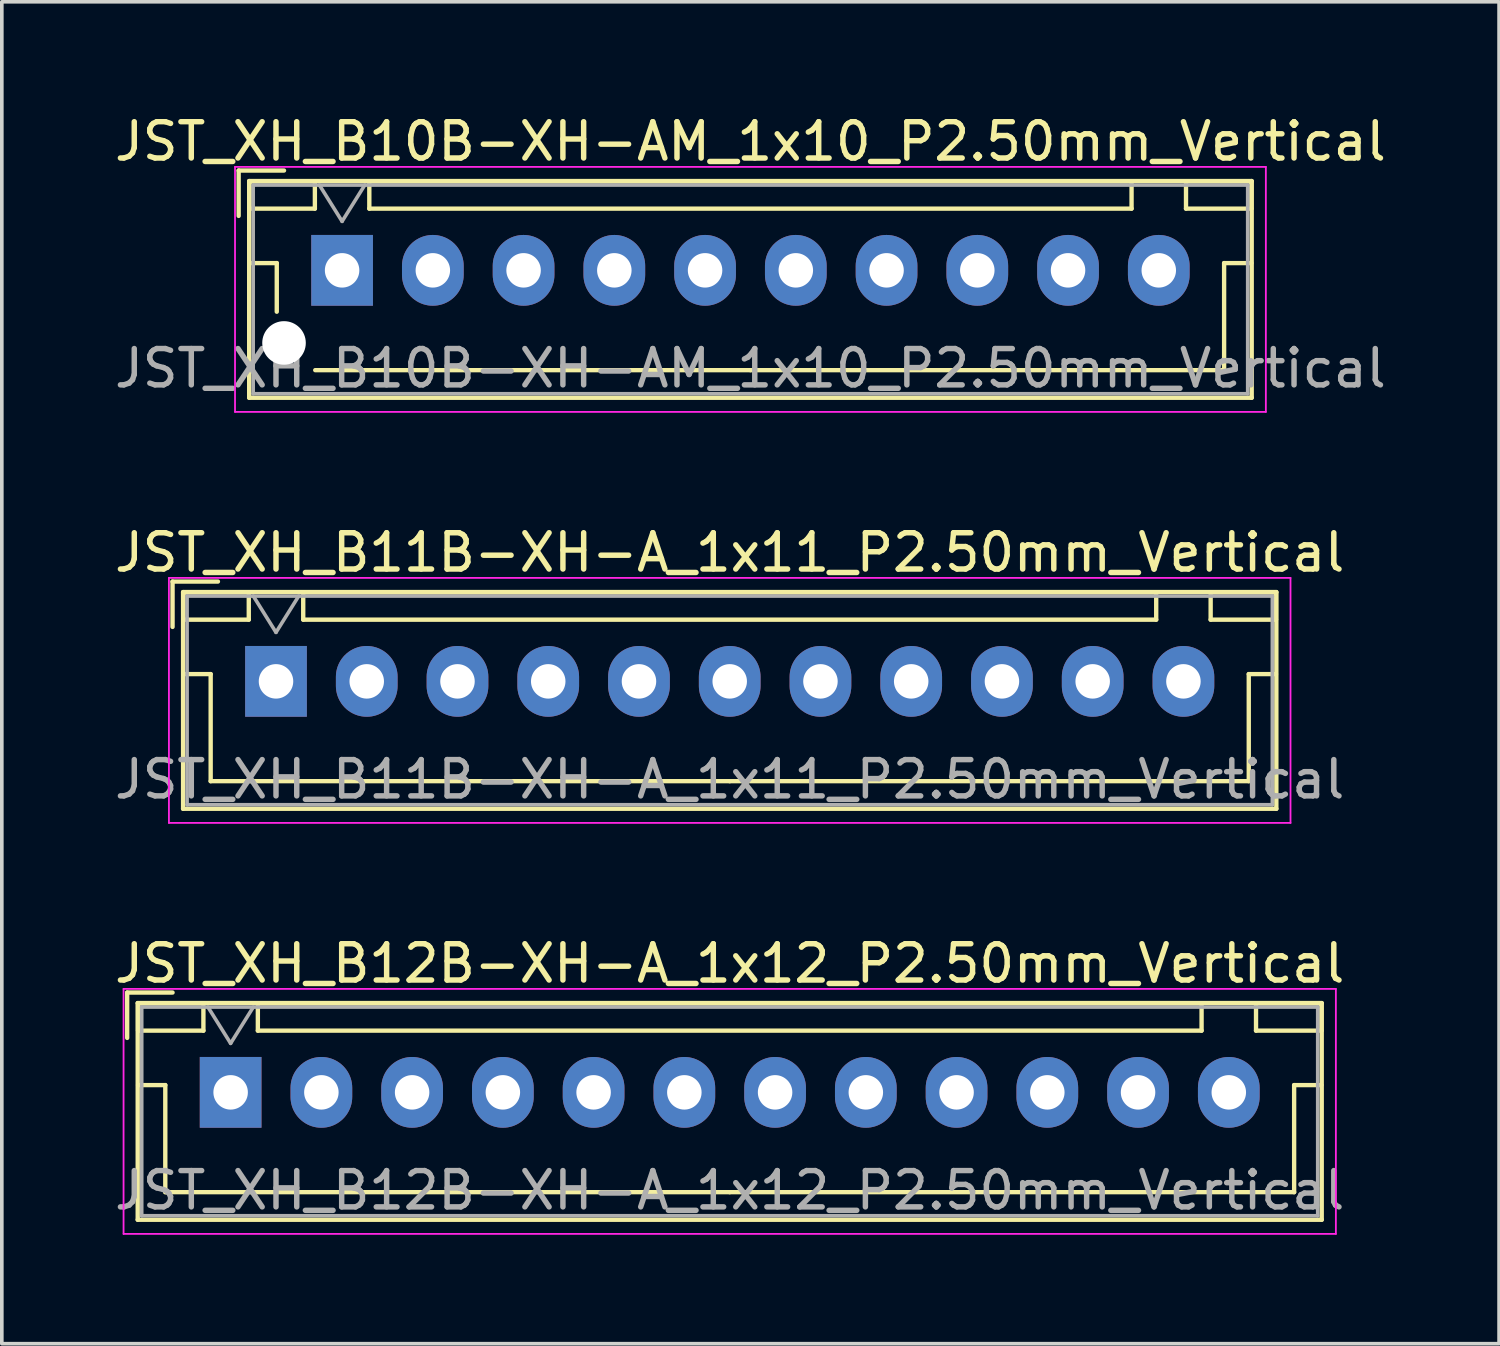
<source format=kicad_pcb>
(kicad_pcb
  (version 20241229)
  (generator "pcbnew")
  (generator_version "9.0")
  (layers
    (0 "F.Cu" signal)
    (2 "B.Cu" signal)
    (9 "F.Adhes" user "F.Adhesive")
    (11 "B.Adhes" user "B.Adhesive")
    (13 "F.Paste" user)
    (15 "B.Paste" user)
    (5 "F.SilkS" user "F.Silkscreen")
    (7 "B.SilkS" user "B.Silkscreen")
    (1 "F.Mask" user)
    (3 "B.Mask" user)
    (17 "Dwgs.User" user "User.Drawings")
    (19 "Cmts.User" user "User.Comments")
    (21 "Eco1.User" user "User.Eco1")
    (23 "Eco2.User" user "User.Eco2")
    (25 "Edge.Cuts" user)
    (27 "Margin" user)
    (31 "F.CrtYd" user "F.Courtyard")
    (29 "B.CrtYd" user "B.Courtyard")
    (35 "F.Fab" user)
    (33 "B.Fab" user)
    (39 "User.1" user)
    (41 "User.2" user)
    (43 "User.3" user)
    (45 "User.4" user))
  (footprint "JST_XH_B10B-XH-AM_1x10_P2.50mm_Vertical"
    (layer "F.Cu")
    (at 6.375 4.398)
    (property "Reference" "JST_XH_B10B-XH-AM_1x10_P2.50mm_Vertical" (at 11.25 -3.55 0) (layer "F.SilkS") (effects (font (size 1 1) (thickness 0.15))))
    (attr through_hole)
    (fp_line (start -2.85 -2.75) (end -2.85 -1.5) (stroke (width 0.12) (type solid)) (layer "F.SilkS"))
    (fp_line (start -2.56 -2.46) (end -2.56 3.51) (stroke (width 0.12) (type solid)) (layer "F.SilkS"))
    (fp_line (start -2.56 3.51) (end 25.06 3.51) (stroke (width 0.12) (type solid)) (layer "F.SilkS"))
    (fp_line (start -2.55 -2.45) (end -2.55 -1.7) (stroke (width 0.12) (type solid)) (layer "F.SilkS"))
    (fp_line (start -2.55 -1.7) (end -0.75 -1.7) (stroke (width 0.12) (type solid)) (layer "F.SilkS"))
    (fp_line (start -2.55 -0.2) (end -1.8 -0.2) (stroke (width 0.12) (type solid)) (layer "F.SilkS"))
    (fp_line (start -1.8 -0.2) (end -1.8 1.14) (stroke (width 0.12) (type solid)) (layer "F.SilkS"))
    (fp_line (start -1.6 -2.75) (end -2.85 -2.75) (stroke (width 0.12) (type solid)) (layer "F.SilkS"))
    (fp_line (start -0.75 -2.45) (end -2.55 -2.45) (stroke (width 0.12) (type solid)) (layer "F.SilkS"))
    (fp_line (start -0.75 -1.7) (end -0.75 -2.45) (stroke (width 0.12) (type solid)) (layer "F.SilkS"))
    (fp_line (start 0.75 -2.45) (end 0.75 -1.7) (stroke (width 0.12) (type solid)) (layer "F.SilkS"))
    (fp_line (start 0.75 -1.7) (end 21.75 -1.7) (stroke (width 0.12) (type solid)) (layer "F.SilkS"))
    (fp_line (start 11.25 2.75) (end -0.74 2.75) (stroke (width 0.12) (type solid)) (layer "F.SilkS"))
    (fp_line (start 21.75 -2.45) (end 0.75 -2.45) (stroke (width 0.12) (type solid)) (layer "F.SilkS"))
    (fp_line (start 21.75 -1.7) (end 21.75 -2.45) (stroke (width 0.12) (type solid)) (layer "F.SilkS"))
    (fp_line (start 23.25 -2.45) (end 23.25 -1.7) (stroke (width 0.12) (type solid)) (layer "F.SilkS"))
    (fp_line (start 23.25 -1.7) (end 25.05 -1.7) (stroke (width 0.12) (type solid)) (layer "F.SilkS"))
    (fp_line (start 24.3 -0.2) (end 24.3 2.75) (stroke (width 0.12) (type solid)) (layer "F.SilkS"))
    (fp_line (start 24.3 2.75) (end 11.25 2.75) (stroke (width 0.12) (type solid)) (layer "F.SilkS"))
    (fp_line (start 25.05 -2.45) (end 23.25 -2.45) (stroke (width 0.12) (type solid)) (layer "F.SilkS"))
    (fp_line (start 25.05 -1.7) (end 25.05 -2.45) (stroke (width 0.12) (type solid)) (layer "F.SilkS"))
    (fp_line (start 25.05 -0.2) (end 24.3 -0.2) (stroke (width 0.12) (type solid)) (layer "F.SilkS"))
    (fp_line (start 25.06 -2.46) (end -2.56 -2.46) (stroke (width 0.12) (type solid)) (layer "F.SilkS"))
    (fp_line (start 25.06 3.51) (end 25.06 -2.46) (stroke (width 0.12) (type solid)) (layer "F.SilkS"))
    (fp_line (start -2.95 -2.85) (end -2.95 3.9) (stroke (width 0.05) (type solid)) (layer "F.CrtYd"))
    (fp_line (start -2.95 3.9) (end 25.45 3.9) (stroke (width 0.05) (type solid)) (layer "F.CrtYd"))
    (fp_line (start 25.45 -2.85) (end -2.95 -2.85) (stroke (width 0.05) (type solid)) (layer "F.CrtYd"))
    (fp_line (start 25.45 3.9) (end 25.45 -2.85) (stroke (width 0.05) (type solid)) (layer "F.CrtYd"))
    (fp_line (start -2.45 -2.35) (end -2.45 3.4) (stroke (width 0.1) (type solid)) (layer "F.Fab"))
    (fp_line (start -2.45 3.4) (end 24.95 3.4) (stroke (width 0.1) (type solid)) (layer "F.Fab"))
    (fp_line (start -0.625 -2.35) (end 0 -1.35) (stroke (width 0.1) (type solid)) (layer "F.Fab"))
    (fp_line (start 0 -1.35) (end 0.625 -2.35) (stroke (width 0.1) (type solid)) (layer "F.Fab"))
    (fp_line (start 24.95 -2.35) (end -2.45 -2.35) (stroke (width 0.1) (type solid)) (layer "F.Fab"))
    (fp_line (start 24.95 3.4) (end 24.95 -2.35) (stroke (width 0.1) (type solid)) (layer "F.Fab"))
    (fp_text user "${REFERENCE}" (at 11.25 2.7 0) (layer "F.Fab") (effects (font (size 1 1) (thickness 0.15))))
    (pad "" np_thru_hole circle (at -1.6 2) (size 1.2 1.2) (drill 1.2) (layers "*.Cu" "*.Mask"))
    (pad "1" thru_hole rect (at 0 0) (size 1.7 1.95) (drill 0.95) (layers "*.Cu" "*.Mask"))
    (pad "2" thru_hole oval (at 2.5 0) (size 1.7 1.95) (drill 0.95) (layers "*.Cu" "*.Mask"))
    (pad "3" thru_hole oval (at 5 0) (size 1.7 1.95) (drill 0.95) (layers "*.Cu" "*.Mask"))
    (pad "4" thru_hole oval (at 7.5 0) (size 1.7 1.95) (drill 0.95) (layers "*.Cu" "*.Mask"))
    (pad "5" thru_hole oval (at 10 0) (size 1.7 1.95) (drill 0.95) (layers "*.Cu" "*.Mask"))
    (pad "6" thru_hole oval (at 12.5 0) (size 1.7 1.95) (drill 0.95) (layers "*.Cu" "*.Mask"))
    (pad "7" thru_hole oval (at 15 0) (size 1.7 1.95) (drill 0.95) (layers "*.Cu" "*.Mask"))
    (pad "8" thru_hole oval (at 17.5 0) (size 1.7 1.95) (drill 0.95) (layers "*.Cu" "*.Mask"))
    (pad "9" thru_hole oval (at 20 0) (size 1.7 1.95) (drill 0.95) (layers "*.Cu" "*.Mask"))
    (pad "10" thru_hole oval (at 22.5 0) (size 1.7 1.95) (drill 0.95) (layers "*.Cu" "*.Mask")))
  (footprint "JST_XH_B11B-XH-A_1x11_P2.50mm_Vertical"
    (layer "F.Cu")
    (at 4.554 15.722)
    (property "Reference" "JST_XH_B11B-XH-A_1x11_P2.50mm_Vertical" (at 12.5 -3.55 0) (layer "F.SilkS") (effects (font (size 1 1) (thickness 0.15))))
    (attr through_hole)
    (fp_line (start -2.85 -2.75) (end -2.85 -1.5) (stroke (width 0.12) (type solid)) (layer "F.SilkS"))
    (fp_line (start -2.56 -2.46) (end -2.56 3.51) (stroke (width 0.12) (type solid)) (layer "F.SilkS"))
    (fp_line (start -2.56 3.51) (end 27.56 3.51) (stroke (width 0.12) (type solid)) (layer "F.SilkS"))
    (fp_line (start -2.55 -2.45) (end -2.55 -1.7) (stroke (width 0.12) (type solid)) (layer "F.SilkS"))
    (fp_line (start -2.55 -1.7) (end -0.75 -1.7) (stroke (width 0.12) (type solid)) (layer "F.SilkS"))
    (fp_line (start -2.55 -0.2) (end -1.8 -0.2) (stroke (width 0.12) (type solid)) (layer "F.SilkS"))
    (fp_line (start -1.8 -0.2) (end -1.8 2.75) (stroke (width 0.12) (type solid)) (layer "F.SilkS"))
    (fp_line (start -1.8 2.75) (end 12.5 2.75) (stroke (width 0.12) (type solid)) (layer "F.SilkS"))
    (fp_line (start -1.6 -2.75) (end -2.85 -2.75) (stroke (width 0.12) (type solid)) (layer "F.SilkS"))
    (fp_line (start -0.75 -2.45) (end -2.55 -2.45) (stroke (width 0.12) (type solid)) (layer "F.SilkS"))
    (fp_line (start -0.75 -1.7) (end -0.75 -2.45) (stroke (width 0.12) (type solid)) (layer "F.SilkS"))
    (fp_line (start 0.75 -2.45) (end 0.75 -1.7) (stroke (width 0.12) (type solid)) (layer "F.SilkS"))
    (fp_line (start 0.75 -1.7) (end 24.25 -1.7) (stroke (width 0.12) (type solid)) (layer "F.SilkS"))
    (fp_line (start 24.25 -2.45) (end 0.75 -2.45) (stroke (width 0.12) (type solid)) (layer "F.SilkS"))
    (fp_line (start 24.25 -1.7) (end 24.25 -2.45) (stroke (width 0.12) (type solid)) (layer "F.SilkS"))
    (fp_line (start 25.75 -2.45) (end 25.75 -1.7) (stroke (width 0.12) (type solid)) (layer "F.SilkS"))
    (fp_line (start 25.75 -1.7) (end 27.55 -1.7) (stroke (width 0.12) (type solid)) (layer "F.SilkS"))
    (fp_line (start 26.8 -0.2) (end 26.8 2.75) (stroke (width 0.12) (type solid)) (layer "F.SilkS"))
    (fp_line (start 26.8 2.75) (end 12.5 2.75) (stroke (width 0.12) (type solid)) (layer "F.SilkS"))
    (fp_line (start 27.55 -2.45) (end 25.75 -2.45) (stroke (width 0.12) (type solid)) (layer "F.SilkS"))
    (fp_line (start 27.55 -1.7) (end 27.55 -2.45) (stroke (width 0.12) (type solid)) (layer "F.SilkS"))
    (fp_line (start 27.55 -0.2) (end 26.8 -0.2) (stroke (width 0.12) (type solid)) (layer "F.SilkS"))
    (fp_line (start 27.56 -2.46) (end -2.56 -2.46) (stroke (width 0.12) (type solid)) (layer "F.SilkS"))
    (fp_line (start 27.56 3.51) (end 27.56 -2.46) (stroke (width 0.12) (type solid)) (layer "F.SilkS"))
    (fp_line (start -2.95 -2.85) (end -2.95 3.9) (stroke (width 0.05) (type solid)) (layer "F.CrtYd"))
    (fp_line (start -2.95 3.9) (end 27.95 3.9) (stroke (width 0.05) (type solid)) (layer "F.CrtYd"))
    (fp_line (start 27.95 -2.85) (end -2.95 -2.85) (stroke (width 0.05) (type solid)) (layer "F.CrtYd"))
    (fp_line (start 27.95 3.9) (end 27.95 -2.85) (stroke (width 0.05) (type solid)) (layer "F.CrtYd"))
    (fp_line (start -2.45 -2.35) (end -2.45 3.4) (stroke (width 0.1) (type solid)) (layer "F.Fab"))
    (fp_line (start -2.45 3.4) (end 27.45 3.4) (stroke (width 0.1) (type solid)) (layer "F.Fab"))
    (fp_line (start -0.625 -2.35) (end 0 -1.35) (stroke (width 0.1) (type solid)) (layer "F.Fab"))
    (fp_line (start 0 -1.35) (end 0.625 -2.35) (stroke (width 0.1) (type solid)) (layer "F.Fab"))
    (fp_line (start 27.45 -2.35) (end -2.45 -2.35) (stroke (width 0.1) (type solid)) (layer "F.Fab"))
    (fp_line (start 27.45 3.4) (end 27.45 -2.35) (stroke (width 0.1) (type solid)) (layer "F.Fab"))
    (fp_text user "${REFERENCE}" (at 12.5 2.7 0) (layer "F.Fab") (effects (font (size 1 1) (thickness 0.15))))
    (pad "1" thru_hole rect (at 0 0) (size 1.7 1.95) (drill 0.95) (layers "*.Cu" "*.Mask"))
    (pad "2" thru_hole oval (at 2.5 0) (size 1.7 1.95) (drill 0.95) (layers "*.Cu" "*.Mask"))
    (pad "3" thru_hole oval (at 5 0) (size 1.7 1.95) (drill 0.95) (layers "*.Cu" "*.Mask"))
    (pad "4" thru_hole oval (at 7.5 0) (size 1.7 1.95) (drill 0.95) (layers "*.Cu" "*.Mask"))
    (pad "5" thru_hole oval (at 10 0) (size 1.7 1.95) (drill 0.95) (layers "*.Cu" "*.Mask"))
    (pad "6" thru_hole oval (at 12.5 0) (size 1.7 1.95) (drill 0.95) (layers "*.Cu" "*.Mask"))
    (pad "7" thru_hole oval (at 15 0) (size 1.7 1.95) (drill 0.95) (layers "*.Cu" "*.Mask"))
    (pad "8" thru_hole oval (at 17.5 0) (size 1.7 1.95) (drill 0.95) (layers "*.Cu" "*.Mask"))
    (pad "9" thru_hole oval (at 20 0) (size 1.7 1.95) (drill 0.95) (layers "*.Cu" "*.Mask"))
    (pad "10" thru_hole oval (at 22.5 0) (size 1.7 1.95) (drill 0.95) (layers "*.Cu" "*.Mask"))
    (pad "11" thru_hole oval (at 25 0) (size 1.7 1.95) (drill 0.95) (layers "*.Cu" "*.Mask")))
  (footprint "JST_XH_B12B-XH-A_1x12_P2.50mm_Vertical"
    (layer "F.Cu")
    (at 3.304 27.045)
    (property "Reference" "JST_XH_B12B-XH-A_1x12_P2.50mm_Vertical" (at 13.75 -3.55 0) (layer "F.SilkS") (effects (font (size 1 1) (thickness 0.15))))
    (attr through_hole)
    (fp_line (start -2.85 -2.75) (end -2.85 -1.5) (stroke (width 0.12) (type solid)) (layer "F.SilkS"))
    (fp_line (start -2.56 -2.46) (end -2.56 3.51) (stroke (width 0.12) (type solid)) (layer "F.SilkS"))
    (fp_line (start -2.56 3.51) (end 30.06 3.51) (stroke (width 0.12) (type solid)) (layer "F.SilkS"))
    (fp_line (start -2.55 -2.45) (end -2.55 -1.7) (stroke (width 0.12) (type solid)) (layer "F.SilkS"))
    (fp_line (start -2.55 -1.7) (end -0.75 -1.7) (stroke (width 0.12) (type solid)) (layer "F.SilkS"))
    (fp_line (start -2.55 -0.2) (end -1.8 -0.2) (stroke (width 0.12) (type solid)) (layer "F.SilkS"))
    (fp_line (start -1.8 -0.2) (end -1.8 2.75) (stroke (width 0.12) (type solid)) (layer "F.SilkS"))
    (fp_line (start -1.8 2.75) (end 13.75 2.75) (stroke (width 0.12) (type solid)) (layer "F.SilkS"))
    (fp_line (start -1.6 -2.75) (end -2.85 -2.75) (stroke (width 0.12) (type solid)) (layer "F.SilkS"))
    (fp_line (start -0.75 -2.45) (end -2.55 -2.45) (stroke (width 0.12) (type solid)) (layer "F.SilkS"))
    (fp_line (start -0.75 -1.7) (end -0.75 -2.45) (stroke (width 0.12) (type solid)) (layer "F.SilkS"))
    (fp_line (start 0.75 -2.45) (end 0.75 -1.7) (stroke (width 0.12) (type solid)) (layer "F.SilkS"))
    (fp_line (start 0.75 -1.7) (end 26.75 -1.7) (stroke (width 0.12) (type solid)) (layer "F.SilkS"))
    (fp_line (start 26.75 -2.45) (end 0.75 -2.45) (stroke (width 0.12) (type solid)) (layer "F.SilkS"))
    (fp_line (start 26.75 -1.7) (end 26.75 -2.45) (stroke (width 0.12) (type solid)) (layer "F.SilkS"))
    (fp_line (start 28.25 -2.45) (end 28.25 -1.7) (stroke (width 0.12) (type solid)) (layer "F.SilkS"))
    (fp_line (start 28.25 -1.7) (end 30.05 -1.7) (stroke (width 0.12) (type solid)) (layer "F.SilkS"))
    (fp_line (start 29.3 -0.2) (end 29.3 2.75) (stroke (width 0.12) (type solid)) (layer "F.SilkS"))
    (fp_line (start 29.3 2.75) (end 13.75 2.75) (stroke (width 0.12) (type solid)) (layer "F.SilkS"))
    (fp_line (start 30.05 -2.45) (end 28.25 -2.45) (stroke (width 0.12) (type solid)) (layer "F.SilkS"))
    (fp_line (start 30.05 -1.7) (end 30.05 -2.45) (stroke (width 0.12) (type solid)) (layer "F.SilkS"))
    (fp_line (start 30.05 -0.2) (end 29.3 -0.2) (stroke (width 0.12) (type solid)) (layer "F.SilkS"))
    (fp_line (start 30.06 -2.46) (end -2.56 -2.46) (stroke (width 0.12) (type solid)) (layer "F.SilkS"))
    (fp_line (start 30.06 3.51) (end 30.06 -2.46) (stroke (width 0.12) (type solid)) (layer "F.SilkS"))
    (fp_line (start -2.95 -2.85) (end -2.95 3.9) (stroke (width 0.05) (type solid)) (layer "F.CrtYd"))
    (fp_line (start -2.95 3.9) (end 30.45 3.9) (stroke (width 0.05) (type solid)) (layer "F.CrtYd"))
    (fp_line (start 30.45 -2.85) (end -2.95 -2.85) (stroke (width 0.05) (type solid)) (layer "F.CrtYd"))
    (fp_line (start 30.45 3.9) (end 30.45 -2.85) (stroke (width 0.05) (type solid)) (layer "F.CrtYd"))
    (fp_line (start -2.45 -2.35) (end -2.45 3.4) (stroke (width 0.1) (type solid)) (layer "F.Fab"))
    (fp_line (start -2.45 3.4) (end 29.95 3.4) (stroke (width 0.1) (type solid)) (layer "F.Fab"))
    (fp_line (start -0.625 -2.35) (end 0 -1.35) (stroke (width 0.1) (type solid)) (layer "F.Fab"))
    (fp_line (start 0 -1.35) (end 0.625 -2.35) (stroke (width 0.1) (type solid)) (layer "F.Fab"))
    (fp_line (start 29.95 -2.35) (end -2.45 -2.35) (stroke (width 0.1) (type solid)) (layer "F.Fab"))
    (fp_line (start 29.95 3.4) (end 29.95 -2.35) (stroke (width 0.1) (type solid)) (layer "F.Fab"))
    (fp_text user "${REFERENCE}" (at 13.75 2.7 0) (layer "F.Fab") (effects (font (size 1 1) (thickness 0.15))))
    (pad "1" thru_hole rect (at 0 0) (size 1.7 1.95) (drill 0.95) (layers "*.Cu" "*.Mask"))
    (pad "2" thru_hole oval (at 2.5 0) (size 1.7 1.95) (drill 0.95) (layers "*.Cu" "*.Mask"))
    (pad "3" thru_hole oval (at 5 0) (size 1.7 1.95) (drill 0.95) (layers "*.Cu" "*.Mask"))
    (pad "4" thru_hole oval (at 7.5 0) (size 1.7 1.95) (drill 0.95) (layers "*.Cu" "*.Mask"))
    (pad "5" thru_hole oval (at 10 0) (size 1.7 1.95) (drill 0.95) (layers "*.Cu" "*.Mask"))
    (pad "6" thru_hole oval (at 12.5 0) (size 1.7 1.95) (drill 0.95) (layers "*.Cu" "*.Mask"))
    (pad "7" thru_hole oval (at 15 0) (size 1.7 1.95) (drill 0.95) (layers "*.Cu" "*.Mask"))
    (pad "8" thru_hole oval (at 17.5 0) (size 1.7 1.95) (drill 0.95) (layers "*.Cu" "*.Mask"))
    (pad "9" thru_hole oval (at 20 0) (size 1.7 1.95) (drill 0.95) (layers "*.Cu" "*.Mask"))
    (pad "10" thru_hole oval (at 22.5 0) (size 1.7 1.95) (drill 0.95) (layers "*.Cu" "*.Mask"))
    (pad "11" thru_hole oval (at 25 0) (size 1.7 1.95) (drill 0.95) (layers "*.Cu" "*.Mask"))
    (pad "12" thru_hole oval (at 27.5 0) (size 1.7 1.95) (drill 0.95) (layers "*.Cu" "*.Mask")))
  (gr_rect
    (start -3 -3)
    (end 38.25 33.97)
    (stroke (width 0.1) (type default))
    (fill no)
    (layer "Edge.Cuts")))
</source>
